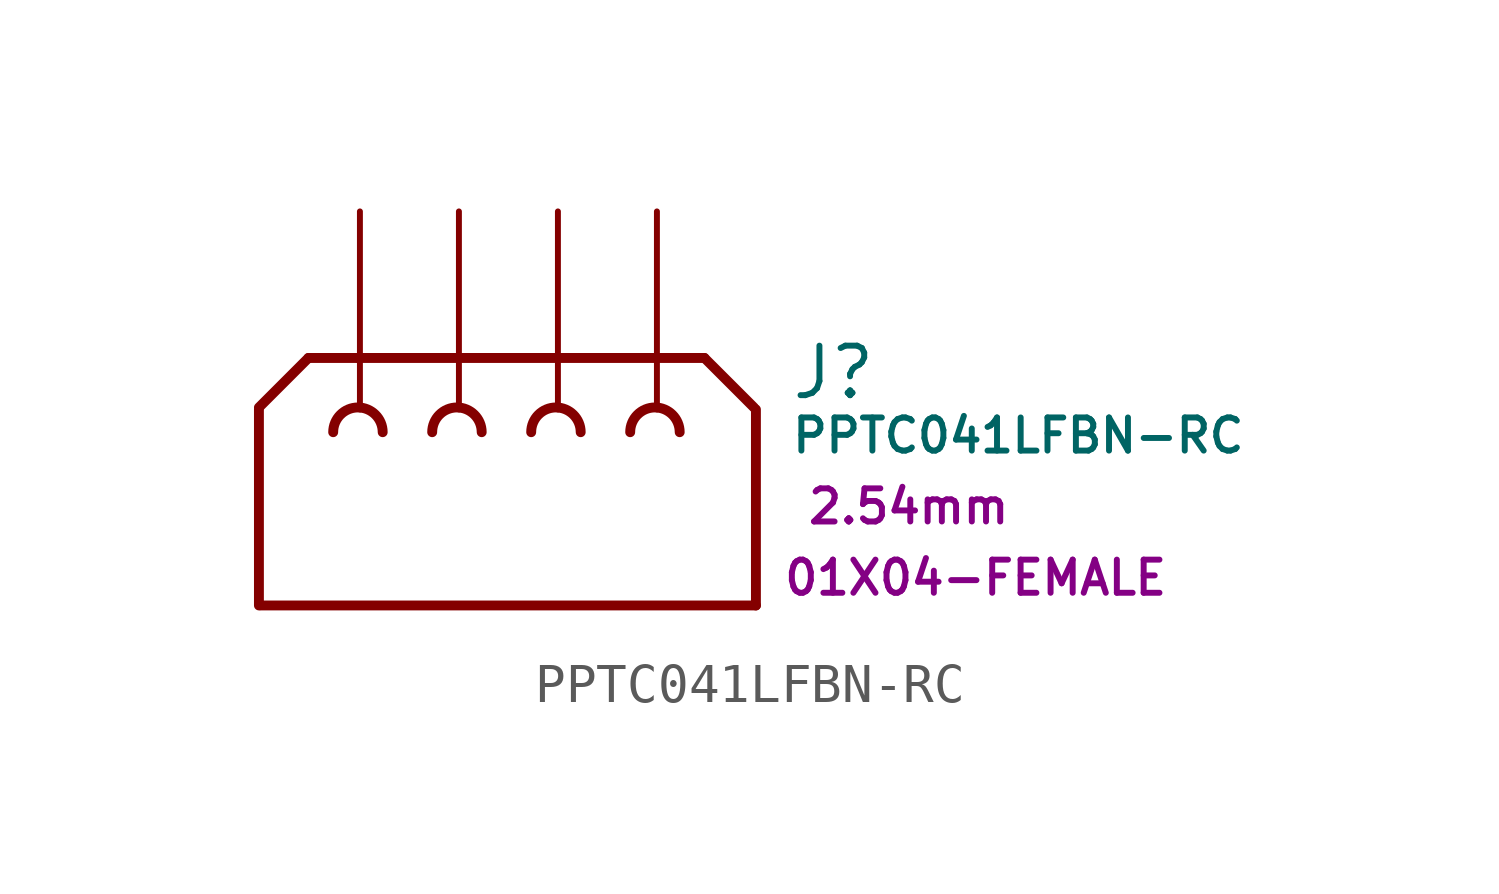
<source format=kicad_sym>
(kicad_symbol_lib
  (version 20211014)
  (generator kicad_symbol_editor)
  (symbol "PPTC041LFBN-RC"
    (pin_numbers hide)
    (pin_names
      (offset 1.016) hide)
    (property "Reference" "J"
      (at 13.564 5.232 0)
      (effects (font (size 1.27 1.27)) (justify left bottom)))
    (property "Value" "PPTC041LFBN-RC"
      (at 13.564 3.861 0)
      (effects (font (size 0.85 0.85)) (justify left bottom)))
    (property "Pitch Mating" "2.54mm"
      (at 13.97 2.54 0)
      (effects (font (size 0.85 0.85)) (justify left)))
    (property "Connector Type" "01X04-FEMALE"
      (at 13.36 0.711 0)
      (effects (font (size 0.85 0.85)) (justify left)))
    (symbol "PPTC041LFBN-RC_0_0"
      (polyline (pts (xy -0.051 0) (xy -0.051 5.029)) (stroke (width 0.254) (type default) (color 0 0 0 0)) (fill (type none)))
      (polyline (pts (xy 1.219 6.35) (xy -0.051 5.08)) (stroke (width 0.254) (type default) (color 0 0 0 0)) (fill (type none)))
      (polyline (pts (xy 1.219 6.35) (xy 2.489 6.35)) (stroke (width 0.254) (type default) (color 0 0 0 0)) (fill (type none)))
      (polyline (pts (xy 2.489 6.35) (xy 11.379 6.35)) (stroke (width 0.254) (type default) (color 0 0 0 0)) (fill (type none)))
      (polyline (pts (xy 11.379 6.35) (xy 12.649 5.08)) (stroke (width 0.254) (type default) (color 0 0 0 0)) (fill (type none)))
      (polyline (pts (xy 12.7 0) (xy 0 0)) (stroke (width 0.254) (type default) (color 0 0 0 0)) (fill (type none)))
      (polyline (pts (xy 12.7 0) (xy 12.7 5.029)) (stroke (width 0.254) (type default) (color 0 0 0 0)) (fill (type none)))
      (arc (start 3.1242 4.445) (mid 2.4892 5.08) (end 1.8542 4.445) (stroke (width 0.254) (type default) (color 0 0 0 0)) (fill (type none)))
      (arc (start 5.6642 4.445) (mid 5.0292 5.08) (end 4.3942 4.445) (stroke (width 0.254) (type default) (color 0 0 0 0)) (fill (type none)))
      (arc (start 8.2042 4.445) (mid 7.5692 5.08) (end 6.9342 4.445) (stroke (width 0.254) (type default) (color 0 0 0 0)) (fill (type none)))
      (arc (start 10.7442 4.445) (mid 10.1092 5.08) (end 9.4742 4.445) (stroke (width 0.254) (type default) (color 0 0 0 0)) (fill (type none)))
      (pin passive line (at 2.54 10.109 270) (length 5.08) (name "1" (effects (font (size 1.016 1.016)))) (number "1" (effects (font (size 1.016 1.016)))))
      (pin passive line (at 5.08 10.109 270) (length 5.08) (name "2" (effects (font (size 1.016 1.016)))) (number "2" (effects (font (size 1.016 1.016)))))
      (pin passive line (at 7.62 10.109 270) (length 5.08) (name "3" (effects (font (size 1.016 1.016)))) (number "3" (effects (font (size 1.016 1.016)))))
      (pin passive line (at 10.16 10.109 270) (length 5.08) (name "4" (effects (font (size 1.016 1.016)))) (number "4" (effects (font (size 1.016 1.016))))))))
</source>
